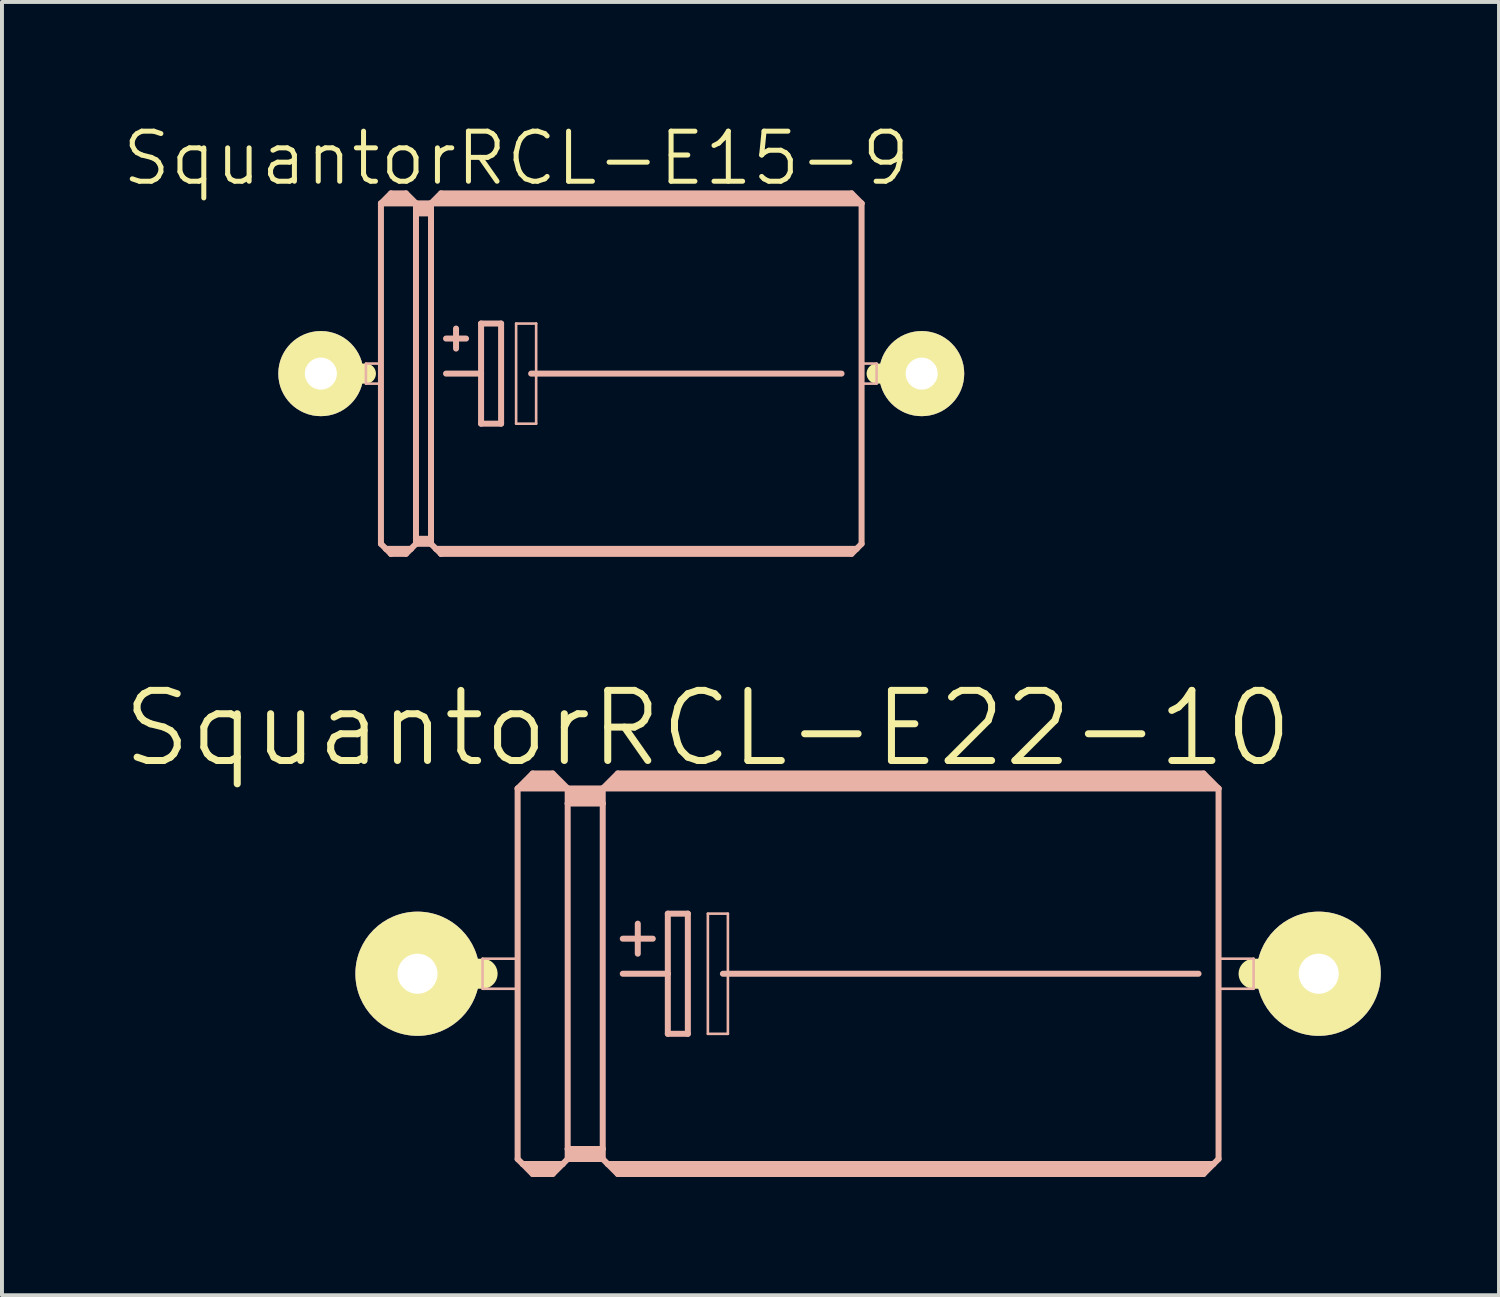
<source format=kicad_pcb>
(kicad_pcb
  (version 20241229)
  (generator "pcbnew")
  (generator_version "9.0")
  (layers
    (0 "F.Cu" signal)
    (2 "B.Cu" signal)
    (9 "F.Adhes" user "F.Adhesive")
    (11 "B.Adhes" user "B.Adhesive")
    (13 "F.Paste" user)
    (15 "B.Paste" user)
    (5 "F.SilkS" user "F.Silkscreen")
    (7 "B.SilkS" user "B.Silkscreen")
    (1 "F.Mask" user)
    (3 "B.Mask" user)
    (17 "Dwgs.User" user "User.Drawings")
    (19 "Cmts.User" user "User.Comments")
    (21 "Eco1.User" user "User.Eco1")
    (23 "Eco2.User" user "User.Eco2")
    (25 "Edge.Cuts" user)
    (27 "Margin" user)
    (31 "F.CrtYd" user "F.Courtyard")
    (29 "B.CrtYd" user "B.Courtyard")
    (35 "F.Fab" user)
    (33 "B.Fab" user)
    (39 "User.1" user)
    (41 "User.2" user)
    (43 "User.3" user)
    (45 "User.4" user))
  (footprint "SquantorRCL-E15-9"
    (layer "F.Cu")
    (at 12.709 6.427)
    (property "Reference" "SquantorRCL-E15-9" (at -2.667 -5.461 0) (layer "F.SilkS") (effects (font (size 1.27 1.27) (thickness 0.127))))
    (attr exclude_from_pos_files exclude_from_bom)
    (fp_line (start -7.62 0) (end -6.477 0) (stroke (width 0.508) (type solid)) (layer "F.SilkS"))
    (fp_line (start 7.62 0) (end 6.477 0) (stroke (width 0.508) (type solid)) (layer "F.SilkS"))
    (fp_line (start -6.477 -0.254) (end -6.096 -0.254) (stroke (width 0.066) (type solid)) (layer "B.SilkS"))
    (fp_line (start -6.477 0.254) (end -6.477 -0.254) (stroke (width 0.066) (type solid)) (layer "B.SilkS"))
    (fp_line (start -6.477 0.254) (end -6.096 0.254) (stroke (width 0.066) (type solid)) (layer "B.SilkS"))
    (fp_line (start -6.096 -4.318) (end -5.207 -4.318) (stroke (width 0.152) (type solid)) (layer "B.SilkS"))
    (fp_line (start -6.096 0.254) (end -6.096 -0.254) (stroke (width 0.066) (type solid)) (layer "B.SilkS"))
    (fp_line (start -6.096 4.318) (end -6.096 -4.318) (stroke (width 0.152) (type solid)) (layer "B.SilkS"))
    (fp_line (start -6.096 4.318) (end -5.969 4.445) (stroke (width 0.152) (type solid)) (layer "B.SilkS"))
    (fp_line (start -5.969 4.445) (end -5.842 4.572) (stroke (width 0.152) (type solid)) (layer "B.SilkS"))
    (fp_line (start -5.969 4.445) (end -5.334 4.445) (stroke (width 0.152) (type solid)) (layer "B.SilkS"))
    (fp_line (start -5.842 -4.572) (end -6.096 -4.318) (stroke (width 0.152) (type solid)) (layer "B.SilkS"))
    (fp_line (start -5.842 -4.572) (end -5.461 -4.572) (stroke (width 0.152) (type solid)) (layer "B.SilkS"))
    (fp_line (start -5.842 -4.445) (end -5.461 -4.445) (stroke (width 0.305) (type solid)) (layer "B.SilkS"))
    (fp_line (start -5.842 4.521) (end -5.842 4.572) (stroke (width 0.152) (type solid)) (layer "B.SilkS"))
    (fp_line (start -5.842 4.572) (end -5.461 4.572) (stroke (width 0.152) (type solid)) (layer "B.SilkS"))
    (fp_line (start -5.461 -4.572) (end -5.207 -4.318) (stroke (width 0.152) (type solid)) (layer "B.SilkS"))
    (fp_line (start -5.461 4.521) (end -5.842 4.521) (stroke (width 0.152) (type solid)) (layer "B.SilkS"))
    (fp_line (start -5.461 4.572) (end -5.334 4.445) (stroke (width 0.152) (type solid)) (layer "B.SilkS"))
    (fp_line (start -5.334 4.445) (end -5.207 4.318) (stroke (width 0.152) (type solid)) (layer "B.SilkS"))
    (fp_line (start -5.207 -4.318) (end -5.207 -4.064) (stroke (width 0.152) (type solid)) (layer "B.SilkS"))
    (fp_line (start -5.207 -4.318) (end -4.826 -4.318) (stroke (width 0.152) (type solid)) (layer "B.SilkS"))
    (fp_line (start -5.207 -4.064) (end -5.207 4.191) (stroke (width 0.152) (type solid)) (layer "B.SilkS"))
    (fp_line (start -5.207 -4.064) (end -4.826 -4.064) (stroke (width 0.152) (type solid)) (layer "B.SilkS"))
    (fp_line (start -5.207 4.191) (end -5.207 4.267) (stroke (width 0.152) (type solid)) (layer "B.SilkS"))
    (fp_line (start -5.207 4.191) (end -4.826 4.191) (stroke (width 0.152) (type solid)) (layer "B.SilkS"))
    (fp_line (start -5.207 4.267) (end -5.207 4.318) (stroke (width 0.152) (type solid)) (layer "B.SilkS"))
    (fp_line (start -5.207 4.318) (end -4.826 4.318) (stroke (width 0.152) (type solid)) (layer "B.SilkS"))
    (fp_line (start -5.08 -4.191) (end -4.953 -4.191) (stroke (width 0.305) (type solid)) (layer "B.SilkS"))
    (fp_line (start -4.826 -4.318) (end -4.826 -4.064) (stroke (width 0.152) (type solid)) (layer "B.SilkS"))
    (fp_line (start -4.826 -4.318) (end -4.572 -4.572) (stroke (width 0.152) (type solid)) (layer "B.SilkS"))
    (fp_line (start -4.826 -4.318) (end 6.096 -4.318) (stroke (width 0.152) (type solid)) (layer "B.SilkS"))
    (fp_line (start -4.826 -4.064) (end -4.826 4.191) (stroke (width 0.152) (type solid)) (layer "B.SilkS"))
    (fp_line (start -4.826 4.191) (end -4.826 4.267) (stroke (width 0.152) (type solid)) (layer "B.SilkS"))
    (fp_line (start -4.826 4.267) (end -5.207 4.267) (stroke (width 0.152) (type solid)) (layer "B.SilkS"))
    (fp_line (start -4.826 4.267) (end -4.826 4.318) (stroke (width 0.152) (type solid)) (layer "B.SilkS"))
    (fp_line (start -4.826 4.318) (end -4.699 4.445) (stroke (width 0.152) (type solid)) (layer "B.SilkS"))
    (fp_line (start -4.699 4.445) (end -4.572 4.572) (stroke (width 0.152) (type solid)) (layer "B.SilkS"))
    (fp_line (start -4.699 4.445) (end 5.969 4.445) (stroke (width 0.152) (type solid)) (layer "B.SilkS"))
    (fp_line (start -4.572 -4.572) (end 5.842 -4.572) (stroke (width 0.152) (type solid)) (layer "B.SilkS"))
    (fp_line (start -4.572 -4.445) (end 5.842 -4.445) (stroke (width 0.305) (type solid)) (layer "B.SilkS"))
    (fp_line (start -4.572 4.521) (end -4.572 4.572) (stroke (width 0.152) (type solid)) (layer "B.SilkS"))
    (fp_line (start -4.572 4.572) (end 5.842 4.572) (stroke (width 0.152) (type solid)) (layer "B.SilkS"))
    (fp_line (start -4.445 -0.889) (end -3.937 -0.889) (stroke (width 0.152) (type solid)) (layer "B.SilkS"))
    (fp_line (start -4.445 0) (end -3.556 0) (stroke (width 0.152) (type solid)) (layer "B.SilkS"))
    (fp_line (start -4.191 -1.143) (end -4.191 -0.635) (stroke (width 0.152) (type solid)) (layer "B.SilkS"))
    (fp_line (start -3.556 -1.27) (end -3.556 0) (stroke (width 0.152) (type solid)) (layer "B.SilkS"))
    (fp_line (start -3.556 0) (end -3.556 1.27) (stroke (width 0.152) (type solid)) (layer "B.SilkS"))
    (fp_line (start -3.556 1.27) (end -3.048 1.27) (stroke (width 0.152) (type solid)) (layer "B.SilkS"))
    (fp_line (start -3.048 -1.27) (end -3.556 -1.27) (stroke (width 0.152) (type solid)) (layer "B.SilkS"))
    (fp_line (start -3.048 1.27) (end -3.048 -1.27) (stroke (width 0.152) (type solid)) (layer "B.SilkS"))
    (fp_line (start -2.667 -1.27) (end -2.159 -1.27) (stroke (width 0.066) (type solid)) (layer "B.SilkS"))
    (fp_line (start -2.667 1.27) (end -2.667 -1.27) (stroke (width 0.066) (type solid)) (layer "B.SilkS"))
    (fp_line (start -2.667 1.27) (end -2.159 1.27) (stroke (width 0.066) (type solid)) (layer "B.SilkS"))
    (fp_line (start -2.286 0) (end 5.588 0) (stroke (width 0.152) (type solid)) (layer "B.SilkS"))
    (fp_line (start -2.159 1.27) (end -2.159 -1.27) (stroke (width 0.066) (type solid)) (layer "B.SilkS"))
    (fp_line (start 5.842 4.521) (end -4.572 4.521) (stroke (width 0.152) (type solid)) (layer "B.SilkS"))
    (fp_line (start 5.969 4.445) (end 5.842 4.572) (stroke (width 0.152) (type solid)) (layer "B.SilkS"))
    (fp_line (start 6.096 -4.318) (end 5.842 -4.572) (stroke (width 0.152) (type solid)) (layer "B.SilkS"))
    (fp_line (start 6.096 -4.318) (end 6.096 4.318) (stroke (width 0.152) (type solid)) (layer "B.SilkS"))
    (fp_line (start 6.096 -0.254) (end 6.477 -0.254) (stroke (width 0.066) (type solid)) (layer "B.SilkS"))
    (fp_line (start 6.096 0.254) (end 6.096 -0.254) (stroke (width 0.066) (type solid)) (layer "B.SilkS"))
    (fp_line (start 6.096 0.254) (end 6.477 0.254) (stroke (width 0.066) (type solid)) (layer "B.SilkS"))
    (fp_line (start 6.096 4.318) (end 5.969 4.445) (stroke (width 0.152) (type solid)) (layer "B.SilkS"))
    (fp_line (start 6.477 0.254) (end 6.477 -0.254) (stroke (width 0.066) (type solid)) (layer "B.SilkS"))
    (pad "+" thru_hole circle (at -7.62 0) (size 2.159 2.159) (drill 0.813) (layers "*.Cu" "F.Mask" "F.SilkS" "F.Paste"))
    (pad "-" thru_hole circle (at 7.62 0) (size 2.159 2.159) (drill 0.813) (layers "*.Cu" "F.Mask" "F.SilkS" "F.Paste")))
  (footprint "SquantorRCL-E22-10"
    (layer "F.Cu")
    (at 18.97 21.65)
    (property "Reference" "SquantorRCL-E22-10" (at -4.064 -6.223 0) (layer "F.SilkS") (effects (font (size 1.778 1.778) (thickness 0.178))))
    (attr exclude_from_pos_files exclude_from_bom)
    (fp_line (start -11.43 0) (end -9.779 0) (stroke (width 0.762) (type solid)) (layer "F.SilkS"))
    (fp_line (start 11.43 0) (end 9.779 0) (stroke (width 0.762) (type solid)) (layer "F.SilkS"))
    (fp_line (start -9.779 -0.381) (end -8.89 -0.381) (stroke (width 0.066) (type solid)) (layer "B.SilkS"))
    (fp_line (start -9.779 0.381) (end -9.779 -0.381) (stroke (width 0.066) (type solid)) (layer "B.SilkS"))
    (fp_line (start -9.779 0.381) (end -8.89 0.381) (stroke (width 0.066) (type solid)) (layer "B.SilkS"))
    (fp_line (start -8.89 -4.699) (end -8.89 4.699) (stroke (width 0.152) (type solid)) (layer "B.SilkS"))
    (fp_line (start -8.89 -4.699) (end -8.509 -5.08) (stroke (width 0.152) (type solid)) (layer "B.SilkS"))
    (fp_line (start -8.89 -4.699) (end -7.62 -4.699) (stroke (width 0.152) (type solid)) (layer "B.SilkS"))
    (fp_line (start -8.89 0.381) (end -8.89 -0.381) (stroke (width 0.066) (type solid)) (layer "B.SilkS"))
    (fp_line (start -8.89 4.699) (end -8.76 4.826) (stroke (width 0.152) (type solid)) (layer "B.SilkS"))
    (fp_line (start -8.76 4.826) (end -8.509 5.08) (stroke (width 0.152) (type solid)) (layer "B.SilkS"))
    (fp_line (start -8.76 4.826) (end -7.747 4.826) (stroke (width 0.152) (type solid)) (layer "B.SilkS"))
    (fp_line (start -8.636 -4.826) (end -7.874 -4.826) (stroke (width 0.305) (type solid)) (layer "B.SilkS"))
    (fp_line (start -8.509 -5.08) (end -8.001 -5.08) (stroke (width 0.152) (type solid)) (layer "B.SilkS"))
    (fp_line (start -8.509 -4.953) (end -8.001 -4.953) (stroke (width 0.305) (type solid)) (layer "B.SilkS"))
    (fp_line (start -8.509 4.953) (end -8.001 4.953) (stroke (width 0.254) (type solid)) (layer "B.SilkS"))
    (fp_line (start -8.509 5.08) (end -8.001 5.08) (stroke (width 0.152) (type solid)) (layer "B.SilkS"))
    (fp_line (start -7.747 4.826) (end -8.001 5.08) (stroke (width 0.152) (type solid)) (layer "B.SilkS"))
    (fp_line (start -7.62 -4.699) (end -8.001 -5.08) (stroke (width 0.152) (type solid)) (layer "B.SilkS"))
    (fp_line (start -7.62 -4.699) (end -7.62 -4.318) (stroke (width 0.152) (type solid)) (layer "B.SilkS"))
    (fp_line (start -7.62 -4.699) (end -6.731 -4.699) (stroke (width 0.152) (type solid)) (layer "B.SilkS"))
    (fp_line (start -7.62 -4.318) (end -6.731 -4.318) (stroke (width 0.152) (type solid)) (layer "B.SilkS"))
    (fp_line (start -7.62 4.445) (end -7.62 -4.318) (stroke (width 0.152) (type solid)) (layer "B.SilkS"))
    (fp_line (start -7.62 4.445) (end -6.731 4.445) (stroke (width 0.152) (type solid)) (layer "B.SilkS"))
    (fp_line (start -7.62 4.699) (end -7.747 4.826) (stroke (width 0.152) (type solid)) (layer "B.SilkS"))
    (fp_line (start -7.62 4.699) (end -7.62 4.445) (stroke (width 0.152) (type solid)) (layer "B.SilkS"))
    (fp_line (start -7.62 4.699) (end -6.731 4.699) (stroke (width 0.152) (type solid)) (layer "B.SilkS"))
    (fp_line (start -7.493 -4.572) (end -6.858 -4.572) (stroke (width 0.305) (type solid)) (layer "B.SilkS"))
    (fp_line (start -7.493 -4.445) (end -6.858 -4.445) (stroke (width 0.305) (type solid)) (layer "B.SilkS"))
    (fp_line (start -7.493 4.572) (end -6.858 4.572) (stroke (width 0.254) (type solid)) (layer "B.SilkS"))
    (fp_line (start -6.731 -4.699) (end -6.731 -4.318) (stroke (width 0.152) (type solid)) (layer "B.SilkS"))
    (fp_line (start -6.731 -4.699) (end 8.89 -4.699) (stroke (width 0.152) (type solid)) (layer "B.SilkS"))
    (fp_line (start -6.731 -4.318) (end -6.731 4.445) (stroke (width 0.152) (type solid)) (layer "B.SilkS"))
    (fp_line (start -6.731 4.445) (end -6.731 4.699) (stroke (width 0.152) (type solid)) (layer "B.SilkS"))
    (fp_line (start -6.604 4.826) (end -6.731 4.699) (stroke (width 0.152) (type solid)) (layer "B.SilkS"))
    (fp_line (start -6.604 4.826) (end 8.76 4.826) (stroke (width 0.152) (type solid)) (layer "B.SilkS"))
    (fp_line (start -6.477 -4.826) (end 8.636 -4.826) (stroke (width 0.305) (type solid)) (layer "B.SilkS"))
    (fp_line (start -6.35 -5.08) (end -6.731 -4.699) (stroke (width 0.152) (type solid)) (layer "B.SilkS"))
    (fp_line (start -6.35 -5.08) (end 8.509 -5.08) (stroke (width 0.152) (type solid)) (layer "B.SilkS"))
    (fp_line (start -6.35 -4.953) (end 8.509 -4.953) (stroke (width 0.305) (type solid)) (layer "B.SilkS"))
    (fp_line (start -6.35 4.953) (end 8.509 4.953) (stroke (width 0.254) (type solid)) (layer "B.SilkS"))
    (fp_line (start -6.35 5.08) (end -6.604 4.826) (stroke (width 0.152) (type solid)) (layer "B.SilkS"))
    (fp_line (start -6.35 5.08) (end 8.509 5.08) (stroke (width 0.152) (type solid)) (layer "B.SilkS"))
    (fp_line (start -6.223 -0.889) (end -5.461 -0.889) (stroke (width 0.152) (type solid)) (layer "B.SilkS"))
    (fp_line (start -6.223 0) (end -5.08 0) (stroke (width 0.152) (type solid)) (layer "B.SilkS"))
    (fp_line (start -5.842 -1.27) (end -5.842 -0.508) (stroke (width 0.152) (type solid)) (layer "B.SilkS"))
    (fp_line (start -5.08 -1.524) (end -5.08 0) (stroke (width 0.152) (type solid)) (layer "B.SilkS"))
    (fp_line (start -5.08 0) (end -5.08 1.524) (stroke (width 0.152) (type solid)) (layer "B.SilkS"))
    (fp_line (start -5.08 1.524) (end -4.572 1.524) (stroke (width 0.152) (type solid)) (layer "B.SilkS"))
    (fp_line (start -4.572 -1.524) (end -5.08 -1.524) (stroke (width 0.152) (type solid)) (layer "B.SilkS"))
    (fp_line (start -4.572 1.524) (end -4.572 -1.524) (stroke (width 0.152) (type solid)) (layer "B.SilkS"))
    (fp_line (start -4.064 -1.524) (end -3.556 -1.524) (stroke (width 0.066) (type solid)) (layer "B.SilkS"))
    (fp_line (start -4.064 1.524) (end -4.064 -1.524) (stroke (width 0.066) (type solid)) (layer "B.SilkS"))
    (fp_line (start -4.064 1.524) (end -3.556 1.524) (stroke (width 0.066) (type solid)) (layer "B.SilkS"))
    (fp_line (start -3.683 0) (end 8.382 0) (stroke (width 0.152) (type solid)) (layer "B.SilkS"))
    (fp_line (start -3.556 1.524) (end -3.556 -1.524) (stroke (width 0.066) (type solid)) (layer "B.SilkS"))
    (fp_line (start 8.509 -5.08) (end 8.89 -4.699) (stroke (width 0.152) (type solid)) (layer "B.SilkS"))
    (fp_line (start 8.509 5.08) (end 8.76 4.826) (stroke (width 0.152) (type solid)) (layer "B.SilkS"))
    (fp_line (start 8.76 4.826) (end 8.89 4.699) (stroke (width 0.152) (type solid)) (layer "B.SilkS"))
    (fp_line (start 8.89 -4.699) (end 8.89 4.699) (stroke (width 0.152) (type solid)) (layer "B.SilkS"))
    (fp_line (start 8.89 -0.381) (end 9.779 -0.381) (stroke (width 0.066) (type solid)) (layer "B.SilkS"))
    (fp_line (start 8.89 0.381) (end 8.89 -0.381) (stroke (width 0.066) (type solid)) (layer "B.SilkS"))
    (fp_line (start 8.89 0.381) (end 9.779 0.381) (stroke (width 0.066) (type solid)) (layer "B.SilkS"))
    (fp_line (start 9.779 0.381) (end 9.779 -0.381) (stroke (width 0.066) (type solid)) (layer "B.SilkS"))
    (pad "+" thru_hole circle (at -11.43 0) (size 3.15 3.15) (drill 1.016) (layers "*.Cu" "F.Mask" "F.SilkS" "F.Paste"))
    (pad "-" thru_hole circle (at 11.43 0) (size 3.15 3.15) (drill 1.016) (layers "*.Cu" "F.Mask" "F.SilkS" "F.Paste")))
  (gr_rect
    (start -3 -3)
    (end 34.974 29.806)
    (stroke (width 0.1) (type default))
    (fill no)
    (layer "Edge.Cuts")))
</source>
